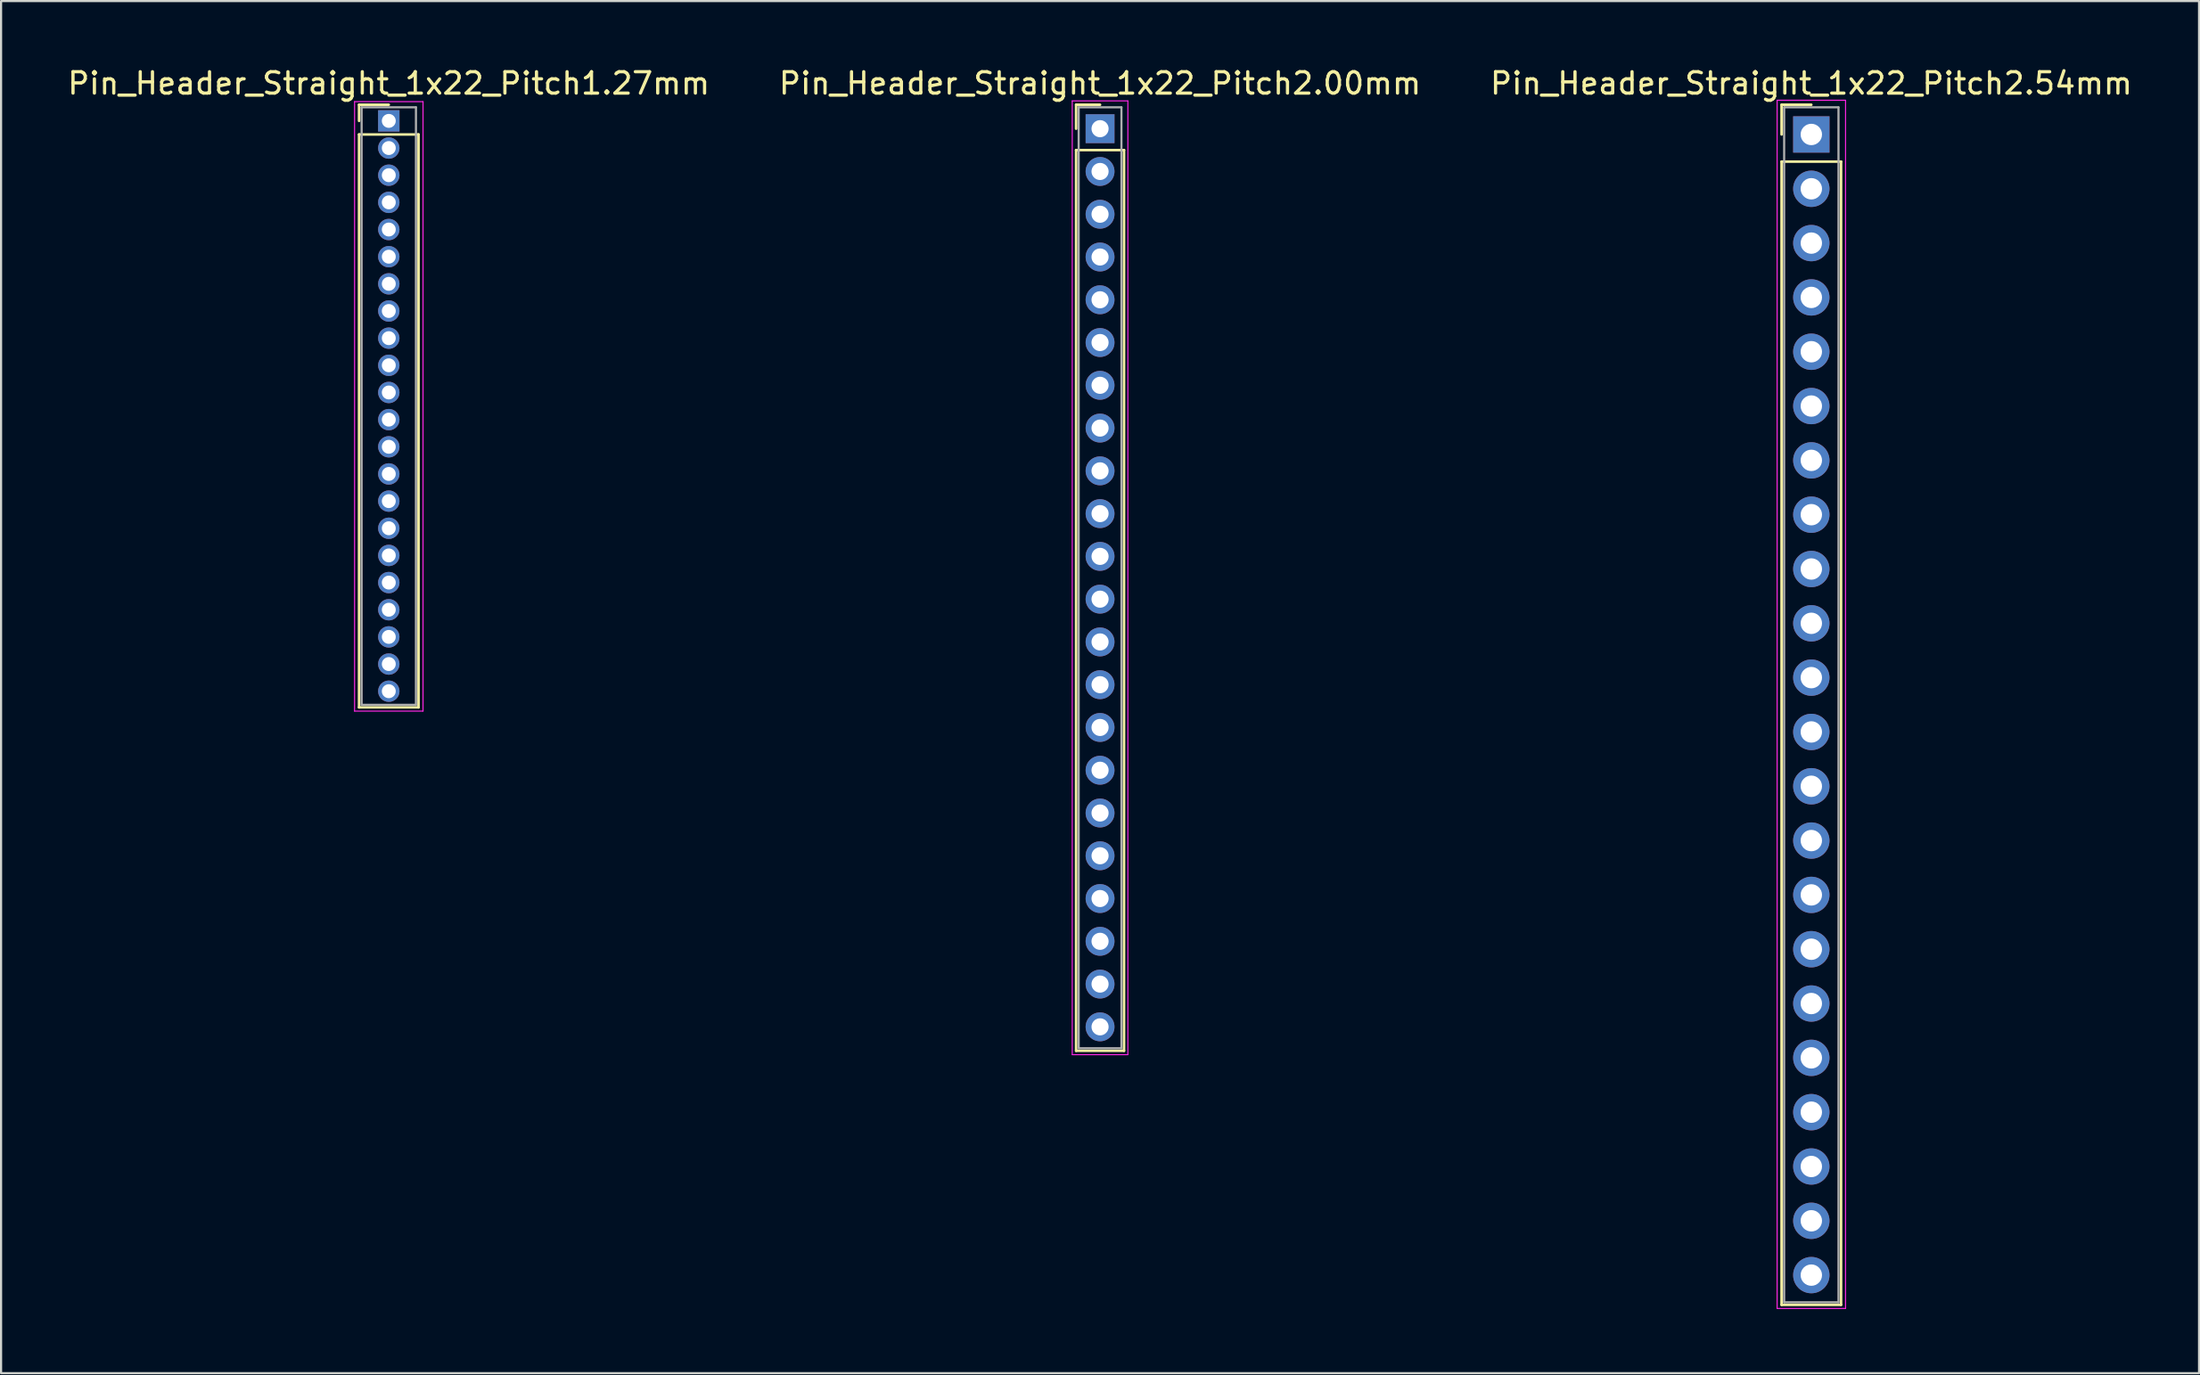
<source format=kicad_pcb>
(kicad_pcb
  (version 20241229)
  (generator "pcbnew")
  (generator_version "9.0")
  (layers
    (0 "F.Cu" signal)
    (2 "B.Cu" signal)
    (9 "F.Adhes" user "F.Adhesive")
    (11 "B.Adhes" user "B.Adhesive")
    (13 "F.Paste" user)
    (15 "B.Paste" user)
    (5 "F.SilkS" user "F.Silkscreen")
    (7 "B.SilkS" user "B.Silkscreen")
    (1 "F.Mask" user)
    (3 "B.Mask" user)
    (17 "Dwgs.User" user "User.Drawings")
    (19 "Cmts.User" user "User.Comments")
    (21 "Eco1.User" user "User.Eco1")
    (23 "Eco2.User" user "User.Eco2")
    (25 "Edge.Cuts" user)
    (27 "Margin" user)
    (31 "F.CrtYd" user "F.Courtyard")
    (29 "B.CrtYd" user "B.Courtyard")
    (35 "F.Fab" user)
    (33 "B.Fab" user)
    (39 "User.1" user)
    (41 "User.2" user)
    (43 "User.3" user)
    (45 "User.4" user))
  (footprint "Pin_Header_Straight_1x22_Pitch1.27mm"
    (layer "F.Cu")
    (at 15.125 2.603)
    (property "Reference" "Pin_Header_Straight_1x22_Pitch1.27mm" (at 0 -1.755 0) (layer "F.SilkS") (effects (font (size 1 1) (thickness 0.15))))
    (attr through_hole)
    (fp_line (start -1.39 -0.755) (end 0 -0.755) (stroke (width 0.12) (type solid)) (layer "F.SilkS"))
    (fp_line (start -1.39 0) (end -1.39 -0.755) (stroke (width 0.12) (type solid)) (layer "F.SilkS"))
    (fp_line (start -1.39 0.635) (end -1.39 27.425) (stroke (width 0.12) (type solid)) (layer "F.SilkS"))
    (fp_line (start -1.39 27.425) (end 1.39 27.425) (stroke (width 0.12) (type solid)) (layer "F.SilkS"))
    (fp_line (start 1.39 0.635) (end -1.39 0.635) (stroke (width 0.12) (type solid)) (layer "F.SilkS"))
    (fp_line (start 1.39 27.425) (end 1.39 0.635) (stroke (width 0.12) (type solid)) (layer "F.SilkS"))
    (fp_line (start -1.6 -0.9) (end -1.6 27.6) (stroke (width 0.05) (type solid)) (layer "F.CrtYd"))
    (fp_line (start -1.6 27.6) (end 1.6 27.6) (stroke (width 0.05) (type solid)) (layer "F.CrtYd"))
    (fp_line (start 1.6 -0.9) (end -1.6 -0.9) (stroke (width 0.05) (type solid)) (layer "F.CrtYd"))
    (fp_line (start 1.6 27.6) (end 1.6 -0.9) (stroke (width 0.05) (type solid)) (layer "F.CrtYd"))
    (fp_line (start -1.27 -0.635) (end -1.27 27.305) (stroke (width 0.1) (type solid)) (layer "F.Fab"))
    (fp_line (start -1.27 27.305) (end 1.27 27.305) (stroke (width 0.1) (type solid)) (layer "F.Fab"))
    (fp_line (start 1.27 -0.635) (end -1.27 -0.635) (stroke (width 0.1) (type solid)) (layer "F.Fab"))
    (fp_line (start 1.27 27.305) (end 1.27 -0.635) (stroke (width 0.1) (type solid)) (layer "F.Fab"))
    (pad "1" thru_hole rect (at 0 0) (size 1 1) (drill 0.65) (layers "*.Cu" "*.Mask"))
    (pad "2" thru_hole oval (at 0 1.27) (size 1 1) (drill 0.65) (layers "*.Cu" "*.Mask"))
    (pad "3" thru_hole oval (at 0 2.54) (size 1 1) (drill 0.65) (layers "*.Cu" "*.Mask"))
    (pad "4" thru_hole oval (at 0 3.81) (size 1 1) (drill 0.65) (layers "*.Cu" "*.Mask"))
    (pad "5" thru_hole oval (at 0 5.08) (size 1 1) (drill 0.65) (layers "*.Cu" "*.Mask"))
    (pad "6" thru_hole oval (at 0 6.35) (size 1 1) (drill 0.65) (layers "*.Cu" "*.Mask"))
    (pad "7" thru_hole oval (at 0 7.62) (size 1 1) (drill 0.65) (layers "*.Cu" "*.Mask"))
    (pad "8" thru_hole oval (at 0 8.89) (size 1 1) (drill 0.65) (layers "*.Cu" "*.Mask"))
    (pad "9" thru_hole oval (at 0 10.16) (size 1 1) (drill 0.65) (layers "*.Cu" "*.Mask"))
    (pad "10" thru_hole oval (at 0 11.43) (size 1 1) (drill 0.65) (layers "*.Cu" "*.Mask"))
    (pad "11" thru_hole oval (at 0 12.7) (size 1 1) (drill 0.65) (layers "*.Cu" "*.Mask"))
    (pad "12" thru_hole oval (at 0 13.97) (size 1 1) (drill 0.65) (layers "*.Cu" "*.Mask"))
    (pad "13" thru_hole oval (at 0 15.24) (size 1 1) (drill 0.65) (layers "*.Cu" "*.Mask"))
    (pad "14" thru_hole oval (at 0 16.51) (size 1 1) (drill 0.65) (layers "*.Cu" "*.Mask"))
    (pad "15" thru_hole oval (at 0 17.78) (size 1 1) (drill 0.65) (layers "*.Cu" "*.Mask"))
    (pad "16" thru_hole oval (at 0 19.05) (size 1 1) (drill 0.65) (layers "*.Cu" "*.Mask"))
    (pad "17" thru_hole oval (at 0 20.32) (size 1 1) (drill 0.65) (layers "*.Cu" "*.Mask"))
    (pad "18" thru_hole oval (at 0 21.59) (size 1 1) (drill 0.65) (layers "*.Cu" "*.Mask"))
    (pad "19" thru_hole oval (at 0 22.86) (size 1 1) (drill 0.65) (layers "*.Cu" "*.Mask"))
    (pad "20" thru_hole oval (at 0 24.13) (size 1 1) (drill 0.65) (layers "*.Cu" "*.Mask"))
    (pad "21" thru_hole oval (at 0 25.4) (size 1 1) (drill 0.65) (layers "*.Cu" "*.Mask"))
    (pad "22" thru_hole oval (at 0 26.67) (size 1 1) (drill 0.65) (layers "*.Cu" "*.Mask")))
  (footprint "Pin_Header_Straight_1x22_Pitch2.54mm"
    (layer "F.Cu")
    (at 81.625 3.238)
    (property "Reference" "Pin_Header_Straight_1x22_Pitch2.54mm" (at 0 -2.39 0) (layer "F.SilkS") (effects (font (size 1 1) (thickness 0.15))))
    (attr through_hole)
    (fp_line (start -1.39 -1.39) (end 0 -1.39) (stroke (width 0.12) (type solid)) (layer "F.SilkS"))
    (fp_line (start -1.39 0) (end -1.39 -1.39) (stroke (width 0.12) (type solid)) (layer "F.SilkS"))
    (fp_line (start -1.39 1.27) (end -1.39 54.73) (stroke (width 0.12) (type solid)) (layer "F.SilkS"))
    (fp_line (start -1.39 54.73) (end 1.39 54.73) (stroke (width 0.12) (type solid)) (layer "F.SilkS"))
    (fp_line (start 1.39 1.27) (end -1.39 1.27) (stroke (width 0.12) (type solid)) (layer "F.SilkS"))
    (fp_line (start 1.39 54.73) (end 1.39 1.27) (stroke (width 0.12) (type solid)) (layer "F.SilkS"))
    (fp_line (start -1.6 -1.6) (end -1.6 54.9) (stroke (width 0.05) (type solid)) (layer "F.CrtYd"))
    (fp_line (start -1.6 54.9) (end 1.6 54.9) (stroke (width 0.05) (type solid)) (layer "F.CrtYd"))
    (fp_line (start 1.6 -1.6) (end -1.6 -1.6) (stroke (width 0.05) (type solid)) (layer "F.CrtYd"))
    (fp_line (start 1.6 54.9) (end 1.6 -1.6) (stroke (width 0.05) (type solid)) (layer "F.CrtYd"))
    (fp_line (start -1.27 -1.27) (end -1.27 54.61) (stroke (width 0.1) (type solid)) (layer "F.Fab"))
    (fp_line (start -1.27 54.61) (end 1.27 54.61) (stroke (width 0.1) (type solid)) (layer "F.Fab"))
    (fp_line (start 1.27 -1.27) (end -1.27 -1.27) (stroke (width 0.1) (type solid)) (layer "F.Fab"))
    (fp_line (start 1.27 54.61) (end 1.27 -1.27) (stroke (width 0.1) (type solid)) (layer "F.Fab"))
    (pad "1" thru_hole rect (at 0 0) (size 1.7 1.7) (drill 1) (layers "*.Cu" "*.Mask"))
    (pad "2" thru_hole oval (at 0 2.54) (size 1.7 1.7) (drill 1) (layers "*.Cu" "*.Mask"))
    (pad "3" thru_hole oval (at 0 5.08) (size 1.7 1.7) (drill 1) (layers "*.Cu" "*.Mask"))
    (pad "4" thru_hole oval (at 0 7.62) (size 1.7 1.7) (drill 1) (layers "*.Cu" "*.Mask"))
    (pad "5" thru_hole oval (at 0 10.16) (size 1.7 1.7) (drill 1) (layers "*.Cu" "*.Mask"))
    (pad "6" thru_hole oval (at 0 12.7) (size 1.7 1.7) (drill 1) (layers "*.Cu" "*.Mask"))
    (pad "7" thru_hole oval (at 0 15.24) (size 1.7 1.7) (drill 1) (layers "*.Cu" "*.Mask"))
    (pad "8" thru_hole oval (at 0 17.78) (size 1.7 1.7) (drill 1) (layers "*.Cu" "*.Mask"))
    (pad "9" thru_hole oval (at 0 20.32) (size 1.7 1.7) (drill 1) (layers "*.Cu" "*.Mask"))
    (pad "10" thru_hole oval (at 0 22.86) (size 1.7 1.7) (drill 1) (layers "*.Cu" "*.Mask"))
    (pad "11" thru_hole oval (at 0 25.4) (size 1.7 1.7) (drill 1) (layers "*.Cu" "*.Mask"))
    (pad "12" thru_hole oval (at 0 27.94) (size 1.7 1.7) (drill 1) (layers "*.Cu" "*.Mask"))
    (pad "13" thru_hole oval (at 0 30.48) (size 1.7 1.7) (drill 1) (layers "*.Cu" "*.Mask"))
    (pad "14" thru_hole oval (at 0 33.02) (size 1.7 1.7) (drill 1) (layers "*.Cu" "*.Mask"))
    (pad "15" thru_hole oval (at 0 35.56) (size 1.7 1.7) (drill 1) (layers "*.Cu" "*.Mask"))
    (pad "16" thru_hole oval (at 0 38.1) (size 1.7 1.7) (drill 1) (layers "*.Cu" "*.Mask"))
    (pad "17" thru_hole oval (at 0 40.64) (size 1.7 1.7) (drill 1) (layers "*.Cu" "*.Mask"))
    (pad "18" thru_hole oval (at 0 43.18) (size 1.7 1.7) (drill 1) (layers "*.Cu" "*.Mask"))
    (pad "19" thru_hole oval (at 0 45.72) (size 1.7 1.7) (drill 1) (layers "*.Cu" "*.Mask"))
    (pad "20" thru_hole oval (at 0 48.26) (size 1.7 1.7) (drill 1) (layers "*.Cu" "*.Mask"))
    (pad "21" thru_hole oval (at 0 50.8) (size 1.7 1.7) (drill 1) (layers "*.Cu" "*.Mask"))
    (pad "22" thru_hole oval (at 0 53.34) (size 1.7 1.7) (drill 1) (layers "*.Cu" "*.Mask")))
  (footprint "Pin_Header_Straight_1x22_Pitch2.00mm"
    (layer "F.Cu")
    (at 48.375 2.968)
    (property "Reference" "Pin_Header_Straight_1x22_Pitch2.00mm" (at 0 -2.12 0) (layer "F.SilkS") (effects (font (size 1 1) (thickness 0.15))))
    (attr through_hole)
    (fp_line (start -1.12 -1.12) (end 0 -1.12) (stroke (width 0.12) (type solid)) (layer "F.SilkS"))
    (fp_line (start -1.12 0) (end -1.12 -1.12) (stroke (width 0.12) (type solid)) (layer "F.SilkS"))
    (fp_line (start -1.12 1) (end -1.12 43.12) (stroke (width 0.12) (type solid)) (layer "F.SilkS"))
    (fp_line (start -1.12 43.12) (end 1.12 43.12) (stroke (width 0.12) (type solid)) (layer "F.SilkS"))
    (fp_line (start 1.12 1) (end -1.12 1) (stroke (width 0.12) (type solid)) (layer "F.SilkS"))
    (fp_line (start 1.12 43.12) (end 1.12 1) (stroke (width 0.12) (type solid)) (layer "F.SilkS"))
    (fp_line (start -1.3 -1.3) (end -1.3 43.3) (stroke (width 0.05) (type solid)) (layer "F.CrtYd"))
    (fp_line (start -1.3 43.3) (end 1.3 43.3) (stroke (width 0.05) (type solid)) (layer "F.CrtYd"))
    (fp_line (start 1.3 -1.3) (end -1.3 -1.3) (stroke (width 0.05) (type solid)) (layer "F.CrtYd"))
    (fp_line (start 1.3 43.3) (end 1.3 -1.3) (stroke (width 0.05) (type solid)) (layer "F.CrtYd"))
    (fp_line (start -1 -1) (end -1 43) (stroke (width 0.1) (type solid)) (layer "F.Fab"))
    (fp_line (start -1 43) (end 1 43) (stroke (width 0.1) (type solid)) (layer "F.Fab"))
    (fp_line (start 1 -1) (end -1 -1) (stroke (width 0.1) (type solid)) (layer "F.Fab"))
    (fp_line (start 1 43) (end 1 -1) (stroke (width 0.1) (type solid)) (layer "F.Fab"))
    (pad "1" thru_hole rect (at 0 0) (size 1.35 1.35) (drill 0.8) (layers "*.Cu" "*.Mask"))
    (pad "2" thru_hole oval (at 0 2) (size 1.35 1.35) (drill 0.8) (layers "*.Cu" "*.Mask"))
    (pad "3" thru_hole oval (at 0 4) (size 1.35 1.35) (drill 0.8) (layers "*.Cu" "*.Mask"))
    (pad "4" thru_hole oval (at 0 6) (size 1.35 1.35) (drill 0.8) (layers "*.Cu" "*.Mask"))
    (pad "5" thru_hole oval (at 0 8) (size 1.35 1.35) (drill 0.8) (layers "*.Cu" "*.Mask"))
    (pad "6" thru_hole oval (at 0 10) (size 1.35 1.35) (drill 0.8) (layers "*.Cu" "*.Mask"))
    (pad "7" thru_hole oval (at 0 12) (size 1.35 1.35) (drill 0.8) (layers "*.Cu" "*.Mask"))
    (pad "8" thru_hole oval (at 0 14) (size 1.35 1.35) (drill 0.8) (layers "*.Cu" "*.Mask"))
    (pad "9" thru_hole oval (at 0 16) (size 1.35 1.35) (drill 0.8) (layers "*.Cu" "*.Mask"))
    (pad "10" thru_hole oval (at 0 18) (size 1.35 1.35) (drill 0.8) (layers "*.Cu" "*.Mask"))
    (pad "11" thru_hole oval (at 0 20) (size 1.35 1.35) (drill 0.8) (layers "*.Cu" "*.Mask"))
    (pad "12" thru_hole oval (at 0 22) (size 1.35 1.35) (drill 0.8) (layers "*.Cu" "*.Mask"))
    (pad "13" thru_hole oval (at 0 24) (size 1.35 1.35) (drill 0.8) (layers "*.Cu" "*.Mask"))
    (pad "14" thru_hole oval (at 0 26) (size 1.35 1.35) (drill 0.8) (layers "*.Cu" "*.Mask"))
    (pad "15" thru_hole oval (at 0 28) (size 1.35 1.35) (drill 0.8) (layers "*.Cu" "*.Mask"))
    (pad "16" thru_hole oval (at 0 30) (size 1.35 1.35) (drill 0.8) (layers "*.Cu" "*.Mask"))
    (pad "17" thru_hole oval (at 0 32) (size 1.35 1.35) (drill 0.8) (layers "*.Cu" "*.Mask"))
    (pad "18" thru_hole oval (at 0 34) (size 1.35 1.35) (drill 0.8) (layers "*.Cu" "*.Mask"))
    (pad "19" thru_hole oval (at 0 36) (size 1.35 1.35) (drill 0.8) (layers "*.Cu" "*.Mask"))
    (pad "20" thru_hole oval (at 0 38) (size 1.35 1.35) (drill 0.8) (layers "*.Cu" "*.Mask"))
    (pad "21" thru_hole oval (at 0 40) (size 1.35 1.35) (drill 0.8) (layers "*.Cu" "*.Mask"))
    (pad "22" thru_hole oval (at 0 42) (size 1.35 1.35) (drill 0.8) (layers "*.Cu" "*.Mask")))
  (gr_rect
    (start -3 -3)
    (end 99.75 61.163)
    (stroke (width 0.1) (type default))
    (fill no)
    (layer "Edge.Cuts")))
</source>
